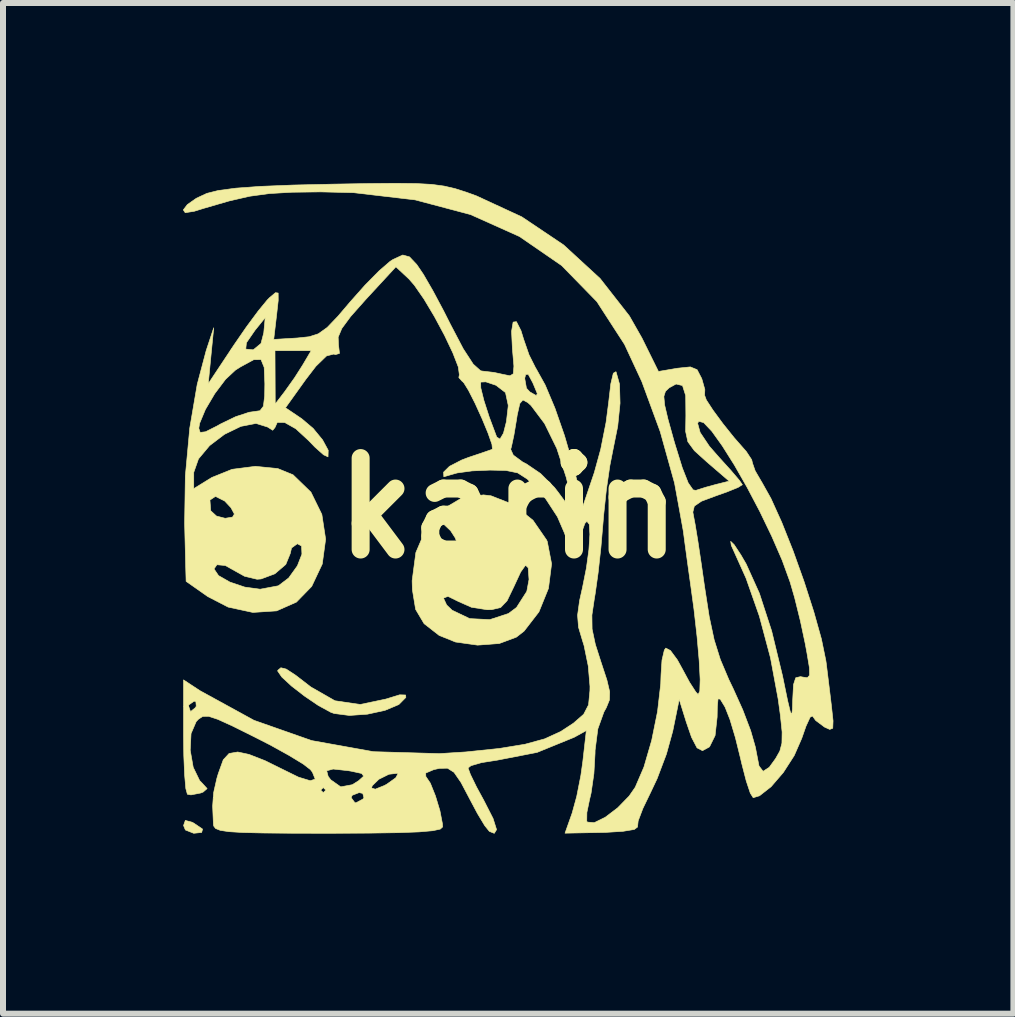
<source format=kicad_pcb>
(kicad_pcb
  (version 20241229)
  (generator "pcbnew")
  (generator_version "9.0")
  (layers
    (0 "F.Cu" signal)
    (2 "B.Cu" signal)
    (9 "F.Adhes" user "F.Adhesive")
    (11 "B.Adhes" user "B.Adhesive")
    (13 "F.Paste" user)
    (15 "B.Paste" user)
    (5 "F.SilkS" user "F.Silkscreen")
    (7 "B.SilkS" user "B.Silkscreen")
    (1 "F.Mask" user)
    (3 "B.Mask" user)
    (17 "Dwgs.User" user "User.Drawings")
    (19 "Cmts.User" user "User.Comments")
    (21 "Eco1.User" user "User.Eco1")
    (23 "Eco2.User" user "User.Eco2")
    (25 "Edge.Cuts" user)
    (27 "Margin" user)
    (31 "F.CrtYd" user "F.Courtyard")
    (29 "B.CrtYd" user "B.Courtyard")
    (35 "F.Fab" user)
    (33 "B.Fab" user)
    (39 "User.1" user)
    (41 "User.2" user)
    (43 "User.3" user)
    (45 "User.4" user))
  (footprint "karin"
    (layer "F.Cu")
    (at 5.428 5.419)
    (property "Reference" "karin" (at 0 0 0) (layer "F.SilkS") (effects (font (size 1.524 1.524) (thickness 0.3))))
    (attr through_hole)
    (fp_poly (pts (xy -5.274 5.236) (xy -5.249 5.249) (xy -5.102 5.349) (xy -5.117 5.405) (xy -5.249 5.419) (xy -5.388 5.364) (xy -5.419 5.289) (xy -5.389 5.204) (xy -5.274 5.236)) (stroke (width 0.01) (type solid)) (fill yes) (layer "F.SilkS"))
    (fp_poly (pts (xy -3.708 2.682) (xy -3.552 2.784) (xy -3.298 2.98) (xy -3.295 2.982) (xy -2.896 3.21) (xy -2.475 3.272) (xy -2.047 3.182) (xy -1.817 3.111) (xy -1.718 3.114) (xy -1.714 3.155) (xy -1.831 3.273) (xy -2.062 3.37) (xy -2.355 3.434) (xy -2.655 3.455) (xy -2.909 3.422) (xy -2.965 3.402) (xy -3.172 3.289) (xy -3.403 3.132) (xy -3.62 2.964) (xy -3.782 2.814) (xy -3.85 2.715) (xy -3.848 2.703) (xy -3.797 2.66) (xy -3.708 2.682)) (stroke (width 0.01) (type solid)) (fill yes) (layer "F.SilkS"))
    (fp_poly (pts (xy -0.295 -0.206) (xy 0.075 -0.061) (xy 0.405 0.202) (xy 0.633 0.533) (xy 0.643 0.556) (xy 0.715 0.928) (xy 0.663 1.337) (xy 0.504 1.729) (xy 0.257 2.049) (xy 0.128 2.15) (xy -0.157 2.256) (xy -0.519 2.283) (xy -0.887 2.231) (xy -1.159 2.121) (xy -1.41 1.925) (xy -1.551 1.687) (xy -1.582 1.499) (xy -1.087 1.499) (xy -1.034 1.614) (xy -0.943 1.701) (xy -0.65 1.841) (xy -0.315 1.858) (xy -0.003 1.756) (xy 0.131 1.655) (xy 0.302 1.387) (xy 0.339 1.189) (xy 0.325 0.994) (xy 0.281 0.951) (xy 0.2 1.064) (xy 0.085 1.312) (xy -0.027 1.544) (xy -0.134 1.656) (xy -0.284 1.692) (xy -0.359 1.693) (xy -0.62 1.652) (xy -0.833 1.558) (xy -1.012 1.47) (xy -1.087 1.499) (xy -1.582 1.499) (xy -1.605 1.358) (xy -1.609 1.209) (xy -1.547 0.74) (xy -1.43 0.466) (xy -1.255 0.466) (xy -1.191 0.61) (xy -1.029 0.677) (xy -1.019 0.677) (xy -0.88 0.649) (xy -0.847 0.609) (xy -0.892 0.494) (xy -0.968 0.376) (xy -1.082 0.268) (xy -1.184 0.305) (xy -1.191 0.312) (xy -1.255 0.466) (xy -1.43 0.466) (xy -1.376 0.339) (xy -1.117 0.03) (xy -0.791 -0.165) (xy -0.421 -0.221) (xy -0.295 -0.206)) (stroke (width 0.01) (type solid)) (fill yes) (layer "F.SilkS"))
    (fp_poly (pts (xy -1.542 -5.41) (xy -1.283 -5.396) (xy -1.077 -5.368) (xy -0.895 -5.326) (xy -0.707 -5.266) (xy -0.539 -5.205) (xy 0.218 -4.855) (xy 0.915 -4.387) (xy 1.523 -3.828) (xy 2.011 -3.204) (xy 2.221 -2.835) (xy 2.496 -2.278) (xy 2.813 -2.332) (xy 3.027 -2.354) (xy 3.14 -2.308) (xy 3.215 -2.164) (xy 3.219 -2.155) (xy 3.269 -1.977) (xy 3.265 -1.882) (xy 3.294 -1.803) (xy 3.405 -1.633) (xy 3.569 -1.41) (xy 3.758 -1.174) (xy 3.945 -0.961) (xy 3.958 -0.947) (xy 4.05 -0.807) (xy 4.064 -0.748) (xy 4.108 -0.622) (xy 4.214 -0.44) (xy 4.217 -0.436) (xy 4.371 -0.161) (xy 4.551 0.237) (xy 4.74 0.712) (xy 4.923 1.224) (xy 5.085 1.728) (xy 5.212 2.181) (xy 5.286 2.541) (xy 5.292 2.582) (xy 5.321 2.817) (xy 5.359 3.128) (xy 5.378 3.288) (xy 5.406 3.545) (xy 5.401 3.668) (xy 5.351 3.688) (xy 5.264 3.649) (xy 5.116 3.538) (xy 5.063 3.464) (xy 5.024 3.484) (xy 4.955 3.634) (xy 4.884 3.837) (xy 4.759 4.123) (xy 4.577 4.406) (xy 4.373 4.643) (xy 4.18 4.794) (xy 4.075 4.826) (xy 4.027 4.75) (xy 3.959 4.546) (xy 3.884 4.256) (xy 3.864 4.17) (xy 3.779 3.826) (xy 3.688 3.523) (xy 3.608 3.32) (xy 3.598 3.302) (xy 3.525 3.183) (xy 3.489 3.179) (xy 3.477 3.311) (xy 3.474 3.482) (xy 3.44 3.79) (xy 3.349 3.974) (xy 3.341 3.982) (xy 3.23 4.042) (xy 3.139 3.995) (xy 3.048 3.82) (xy 2.959 3.562) (xy 2.842 3.187) (xy 2.734 3.717) (xy 2.629 4.098) (xy 2.474 4.508) (xy 2.363 4.743) (xy 2.236 5.006) (xy 2.158 5.212) (xy 2.147 5.315) (xy 2.094 5.355) (xy 1.905 5.386) (xy 1.614 5.404) (xy 1.567 5.405) (xy 0.939 5.417) (xy 1.058 5.081) (xy 1.134 4.804) (xy 1.203 4.454) (xy 1.235 4.226) (xy 1.294 3.707) (xy 1.091 3.819) (xy 0.473 4.071) (xy -0.191 4.2) (xy -0.452 4.241) (xy -0.628 4.292) (xy -0.677 4.33) (xy -0.638 4.438) (xy -0.537 4.645) (xy -0.413 4.873) (xy -0.26 5.173) (xy -0.202 5.358) (xy -0.24 5.42) (xy -0.322 5.387) (xy -0.4 5.29) (xy -0.522 5.087) (xy -0.64 4.865) (xy -0.795 4.571) (xy -0.911 4.403) (xy -1.02 4.334) (xy -1.155 4.337) (xy -1.249 4.358) (xy -1.383 4.415) (xy -1.381 4.472) (xy -1.306 4.583) (xy -1.221 4.795) (xy -1.146 5.043) (xy -1.104 5.261) (xy -1.101 5.313) (xy -1.14 5.349) (xy -1.266 5.376) (xy -1.496 5.396) (xy -1.847 5.409) (xy -2.334 5.416) (xy -2.974 5.419) (xy -3.006 5.419) (xy -3.623 5.418) (xy -4.091 5.414) (xy -4.431 5.406) (xy -4.663 5.392) (xy -4.807 5.37) (xy -4.885 5.339) (xy -4.916 5.298) (xy -4.921 5.271) (xy -4.934 4.966) (xy -4.924 4.826) (xy -2.625 4.826) (xy -2.564 4.908) (xy -2.545 4.911) (xy -2.43 4.849) (xy -2.413 4.826) (xy -2.432 4.754) (xy -2.493 4.741) (xy -2.609 4.786) (xy -2.625 4.826) (xy -4.924 4.826) (xy -4.917 4.74) (xy -4.908 4.699) (xy -3.133 4.699) (xy -3.09 4.741) (xy -3.048 4.699) (xy -3.083 4.664) (xy -2.286 4.664) (xy -2.224 4.684) (xy -2.07 4.622) (xy -2.029 4.599) (xy -1.882 4.494) (xy -1.845 4.426) (xy -1.855 4.419) (xy -1.996 4.435) (xy -2.163 4.518) (xy -2.274 4.626) (xy -2.286 4.664) (xy -3.083 4.664) (xy -3.09 4.657) (xy -3.133 4.699) (xy -4.908 4.699) (xy -4.863 4.501) (xy -4.84 4.424) (xy -4.757 4.194) (xy -4.66 4.089) (xy -4.516 4.064) (xy -4.329 4.104) (xy -4.06 4.209) (xy -3.803 4.336) (xy -3.504 4.483) (xy -3.307 4.543) (xy -3.225 4.516) (xy -3.271 4.401) (xy -3.289 4.377) (xy -3.033 4.377) (xy -3.009 4.47) (xy -2.965 4.528) (xy -2.799 4.645) (xy -2.606 4.609) (xy -2.501 4.543) (xy -2.417 4.467) (xy -2.45 4.422) (xy -2.624 4.384) (xy -2.671 4.376) (xy -2.926 4.348) (xy -3.033 4.377) (xy -3.289 4.377) (xy -3.305 4.357) (xy -3.424 4.265) (xy -3.659 4.122) (xy -3.973 3.948) (xy -4.241 3.811) (xy -4.603 3.631) (xy -4.847 3.52) (xy -5.001 3.469) (xy -5.099 3.471) (xy -5.17 3.517) (xy -5.209 3.559) (xy -5.294 3.757) (xy -5.308 4.034) (xy -5.258 4.319) (xy -5.151 4.54) (xy -5.11 4.582) (xy -5.026 4.674) (xy -5.093 4.732) (xy -5.135 4.748) (xy -5.295 4.779) (xy -5.355 4.768) (xy -5.381 4.674) (xy -5.401 4.446) (xy -5.415 4.12) (xy -5.419 3.797) (xy -5.419 3.302) (xy -5.334 3.302) (xy -5.305 3.384) (xy -5.297 3.387) (xy -5.224 3.327) (xy -5.207 3.302) (xy -5.214 3.224) (xy -5.244 3.217) (xy -5.331 3.279) (xy -5.334 3.302) (xy -5.419 3.302) (xy -5.419 2.862) (xy -5.144 3.043) (xy -4.245 3.536) (xy -3.283 3.874) (xy -2.253 4.059) (xy -1.153 4.091) (xy -0.713 4.063) (xy -0.154 4.005) (xy 0.272 3.935) (xy 0.6 3.845) (xy 0.867 3.723) (xy 1.079 3.584) (xy 1.25 3.435) (xy 1.331 3.278) (xy 1.354 3.042) (xy 1.355 2.97) (xy 1.326 2.631) (xy 1.256 2.29) (xy 1.23 2.207) (xy 1.164 1.985) (xy 1.148 1.785) (xy 1.182 1.539) (xy 1.229 1.329) (xy 1.295 0.999) (xy 1.337 0.691) (xy 1.353 0.437) (xy 1.343 0.27) (xy 1.304 0.219) (xy 1.27 0.254) (xy 1.202 0.442) (xy 1.187 0.572) (xy 1.159 0.733) (xy 1.092 0.748) (xy 1.006 0.63) (xy 0.929 0.414) (xy 0.813 0.145) (xy 0.622 -0.148) (xy 0.508 -0.285) (xy 0.311 -0.484) (xy 0.15 -0.588) (xy -0.045 -0.628) (xy -0.311 -0.634) (xy -0.61 -0.621) (xy -0.858 -0.587) (xy -0.964 -0.557) (xy -1.081 -0.523) (xy -1.085 -0.599) (xy -1.085 -0.6) (xy -0.987 -0.697) (xy -0.784 -0.802) (xy -0.671 -0.845) (xy -0.445 -0.921) (xy -0.298 -0.972) (xy -0.278 -0.98) (xy 0.033 -0.98) (xy 0.077 -0.884) (xy 0.233 -0.769) (xy 0.294 -0.738) (xy 0.531 -0.577) (xy 0.763 -0.345) (xy 0.825 -0.265) (xy 0.964 -0.076) (xy 1.058 0.035) (xy 1.078 0.049) (xy 1.069 -0.035) (xy 1.026 -0.239) (xy 0.959 -0.513) (xy 0.802 -0.995) (xy 0.599 -1.409) (xy 0.373 -1.71) (xy 0.318 -1.76) (xy 0.237 -1.803) (xy 0.185 -1.743) (xy 0.142 -1.551) (xy 0.13 -1.473) (xy 0.087 -1.216) (xy 0.046 -1.025) (xy 0.033 -0.98) (xy -0.278 -0.98) (xy -0.271 -0.982) (xy -0.279 -1.064) (xy -0.344 -1.25) (xy -0.444 -1.492) (xy -0.559 -1.745) (xy -0.669 -1.962) (xy -0.752 -2.096) (xy -0.759 -2.101) (xy -0.467 -2.101) (xy -0.465 -2.003) (xy -0.413 -1.794) (xy -0.324 -1.518) (xy -0.213 -1.221) (xy -0.199 -1.185) (xy -0.145 -1.151) (xy -0.087 -1.249) (xy -0.038 -1.441) (xy -0.009 -1.691) (xy -0.008 -1.716) (xy -0.053 -1.926) (xy -0.212 -2.048) (xy -0.381 -2.105) (xy -0.467 -2.101) (xy -0.759 -2.101) (xy -0.778 -2.117) (xy -0.819 -2.164) (xy 0.267 -2.164) (xy 0.296 -1.999) (xy 0.352 -1.938) (xy 0.46 -1.876) (xy 0.477 -1.909) (xy 0.413 -2.063) (xy 0.401 -2.091) (xy 0.325 -2.232) (xy 0.283 -2.226) (xy 0.267 -2.164) (xy -0.819 -2.164) (xy -0.831 -2.177) (xy -0.822 -2.223) (xy -0.84 -2.354) (xy -0.93 -2.586) (xy -1.069 -2.879) (xy -1.237 -3.192) (xy -1.412 -3.485) (xy -1.573 -3.717) (xy -1.663 -3.82) (xy -1.88 -4.022) (xy -2.384 -3.476) (xy -2.635 -3.193) (xy -2.781 -2.995) (xy -2.842 -2.85) (xy -2.837 -2.724) (xy -2.837 -2.724) (xy -2.82 -2.579) (xy -2.887 -2.559) (xy -2.915 -2.568) (xy -3.036 -2.537) (xy -3.213 -2.365) (xy -3.382 -2.145) (xy -3.72 -1.673) (xy -3.449 -1.49) (xy -3.259 -1.329) (xy -3.102 -1.138) (xy -3.008 -0.965) (xy -3.011 -0.855) (xy -3.011 -0.855) (xy -3.085 -0.889) (xy -3.23 -1.018) (xy -3.336 -1.128) (xy -3.548 -1.323) (xy -3.732 -1.427) (xy -3.857 -1.429) (xy -3.895 -1.344) (xy -3.933 -1.298) (xy -4.018 -1.352) (xy -4.211 -1.412) (xy -4.464 -1.363) (xy -4.736 -1.231) (xy -4.985 -1.042) (xy -5.17 -0.821) (xy -5.249 -0.596) (xy -5.249 -0.578) (xy -5.249 -0.325) (xy -4.948 -0.511) (xy -4.611 -0.647) (xy -4.222 -0.697) (xy -3.849 -0.66) (xy -3.594 -0.556) (xy -3.296 -0.267) (xy -3.114 0.104) (xy -3.051 0.517) (xy -3.107 0.931) (xy -3.283 1.304) (xy -3.538 1.566) (xy -3.868 1.712) (xy -4.264 1.738) (xy -4.676 1.649) (xy -5.016 1.473) (xy -5.376 1.22) (xy -5.382 1.013) (xy -4.911 1.013) (xy -4.836 1.124) (xy -4.647 1.232) (xy -4.398 1.316) (xy -4.142 1.351) (xy -4.142 1.351) (xy -3.839 1.294) (xy -3.667 1.164) (xy -3.521 0.96) (xy -3.446 0.767) (xy -3.452 0.631) (xy -3.522 0.593) (xy -3.619 0.663) (xy -3.641 0.757) (xy -3.715 0.938) (xy -3.897 1.094) (xy -4.127 1.18) (xy -4.194 1.185) (xy -4.402 1.135) (xy -4.535 1.061) (xy -4.723 0.956) (xy -4.863 0.943) (xy -4.911 1.013) (xy -5.382 1.013) (xy -5.401 0.25) (xy -5.395 -0.135) (xy -4.979 -0.135) (xy -4.967 0.036) (xy -4.963 0.046) (xy -4.87 0.132) (xy -4.725 0.169) (xy -4.602 0.149) (xy -4.572 0.098) (xy -4.629 -0.008) (xy -4.733 -0.119) (xy -4.887 -0.196) (xy -4.979 -0.135) (xy -5.395 -0.135) (xy -5.389 -0.537) (xy -5.316 -1.327) (xy -5.316 -1.331) (xy -5.165 -1.331) (xy -5.142 -1.262) (xy -5.052 -1.273) (xy -4.861 -1.369) (xy -4.805 -1.401) (xy -4.551 -1.524) (xy -4.326 -1.598) (xy -4.255 -1.608) (xy -4.145 -1.624) (xy -4.088 -1.698) (xy -4.067 -1.872) (xy -4.064 -2.072) (xy -4.075 -2.346) (xy -4.128 -2.476) (xy -4.25 -2.474) (xy -4.472 -2.353) (xy -4.554 -2.301) (xy -4.719 -2.147) (xy -4.899 -1.908) (xy -5.055 -1.644) (xy -5.151 -1.414) (xy -5.165 -1.331) (xy -5.316 -1.331) (xy -5.191 -2.063) (xy -5.042 -2.625) (xy -4.916 -3.006) (xy -4.962 -2.54) (xy -5.007 -2.074) (xy -4.641 -2.625) (xy -3.895 -2.625) (xy -3.893 -2.18) (xy -3.891 -1.736) (xy -3.733 -1.942) (xy -3.568 -2.174) (xy -3.433 -2.386) (xy -3.292 -2.625) (xy -3.895 -2.625) (xy -4.641 -2.625) (xy -4.624 -2.651) (xy -4.382 -2.651) (xy -4.262 -2.639) (xy -4.255 -2.64) (xy -4.128 -2.745) (xy -4.082 -2.922) (xy -4.058 -3.175) (xy -4.229 -2.963) (xy -4.371 -2.757) (xy -4.382 -2.651) (xy -4.624 -2.651) (xy -4.583 -2.713) (xy -4.372 -3.019) (xy -4.175 -3.285) (xy -4.025 -3.468) (xy -3.987 -3.507) (xy -3.887 -3.591) (xy -3.842 -3.585) (xy -3.841 -3.462) (xy -3.866 -3.237) (xy -3.916 -2.812) (xy -3.521 -2.836) (xy -3.324 -2.857) (xy -3.172 -2.906) (xy -3.025 -3.011) (xy -2.845 -3.199) (xy -2.64 -3.44) (xy -2.393 -3.718) (xy -2.158 -3.956) (xy -1.975 -4.114) (xy -1.93 -4.143) (xy -1.766 -4.219) (xy -1.653 -4.188) (xy -1.533 -4.061) (xy -1.421 -3.896) (xy -1.263 -3.623) (xy -1.083 -3.285) (xy -0.974 -3.069) (xy -0.758 -2.657) (xy -0.591 -2.4) (xy -0.468 -2.29) (xy -0.443 -2.285) (xy -0.245 -2.262) (xy -0.093 -2.229) (xy 0.022 -2.206) (xy 0.077 -2.24) (xy 0.087 -2.367) (xy 0.065 -2.623) (xy 0.062 -2.654) (xy 0.048 -2.947) (xy 0.074 -3.101) (xy 0.129 -3.108) (xy 0.205 -2.958) (xy 0.249 -2.815) (xy 0.339 -2.555) (xy 0.448 -2.338) (xy 0.46 -2.319) (xy 0.608 -2.053) (xy 0.771 -1.666) (xy 0.931 -1.206) (xy 1.073 -0.718) (xy 1.094 -0.635) (xy 1.24 -0.042) (xy 1.427 -0.593) (xy 1.534 -0.982) (xy 1.623 -1.43) (xy 1.666 -1.762) (xy 1.702 -2.073) (xy 1.744 -2.249) (xy 1.787 -2.274) (xy 1.79 -2.27) (xy 1.847 -2.067) (xy 1.856 -1.749) (xy 1.817 -1.365) (xy 1.746 -1.013) (xy 1.686 -0.709) (xy 1.628 -0.309) (xy 1.583 0.114) (xy 1.573 0.234) (xy 1.537 0.654) (xy 1.491 1.075) (xy 1.442 1.424) (xy 1.429 1.5) (xy 1.387 1.782) (xy 1.39 2.015) (xy 1.444 2.27) (xy 1.537 2.561) (xy 1.637 2.865) (xy 1.683 3.06) (xy 1.679 3.197) (xy 1.627 3.325) (xy 1.587 3.397) (xy 1.486 3.678) (xy 1.44 4.035) (xy 1.439 4.092) (xy 1.42 4.425) (xy 1.373 4.75) (xy 1.348 4.855) (xy 1.303 5.073) (xy 1.301 5.215) (xy 1.31 5.232) (xy 1.426 5.242) (xy 1.609 5.152) (xy 1.817 4.994) (xy 2.007 4.799) (xy 2.109 4.652) (xy 2.254 4.315) (xy 2.383 3.872) (xy 2.481 3.389) (xy 2.534 2.929) (xy 2.539 2.778) (xy 2.555 2.533) (xy 2.594 2.366) (xy 2.618 2.332) (xy 2.696 2.373) (xy 2.812 2.53) (xy 2.89 2.672) (xy 3.015 2.903) (xy 3.119 3.064) (xy 3.157 3.105) (xy 3.185 3.051) (xy 3.191 2.856) (xy 3.175 2.545) (xy 3.14 2.147) (xy 3.088 1.686) (xy 3.037 1.312) (xy 2.987 0.954) (xy 2.94 0.609) (xy 2.91 0.381) (xy 2.853 0.066) (xy 3.069 0.066) (xy 3.078 0.115) (xy 3.107 0.268) (xy 3.153 0.548) (xy 3.208 0.915) (xy 3.265 1.312) (xy 3.342 1.808) (xy 3.424 2.193) (xy 3.527 2.522) (xy 3.667 2.853) (xy 3.741 3.007) (xy 3.901 3.362) (xy 4.033 3.709) (xy 4.112 3.985) (xy 4.123 4.044) (xy 4.172 4.297) (xy 4.24 4.386) (xy 4.343 4.319) (xy 4.449 4.173) (xy 4.519 4.049) (xy 4.554 3.916) (xy 4.557 3.731) (xy 4.528 3.452) (xy 4.491 3.181) (xy 4.363 2.493) (xy 4.178 1.8) (xy 3.956 1.168) (xy 3.8 0.821) (xy 3.71 0.621) (xy 3.7 0.553) (xy 3.757 0.608) (xy 3.869 0.778) (xy 3.958 0.931) (xy 4.178 1.419) (xy 4.383 2.049) (xy 4.564 2.796) (xy 4.581 2.879) (xy 4.65 3.214) (xy 4.694 3.395) (xy 4.718 3.437) (xy 4.729 3.351) (xy 4.734 3.186) (xy 4.747 2.94) (xy 4.784 2.827) (xy 4.863 2.808) (xy 4.899 2.815) (xy 4.978 2.827) (xy 5.015 2.785) (xy 5.012 2.659) (xy 4.971 2.414) (xy 4.942 2.257) (xy 4.861 1.877) (xy 4.766 1.493) (xy 4.69 1.231) (xy 4.558 0.868) (xy 4.385 0.47) (xy 4.186 0.057) (xy 3.974 -0.346) (xy 3.761 -0.719) (xy 3.56 -1.038) (xy 3.386 -1.281) (xy 3.25 -1.425) (xy 3.167 -1.448) (xy 3.149 -1.413) (xy 3.191 -1.261) (xy 3.345 -1.031) (xy 3.507 -0.846) (xy 3.702 -0.631) (xy 3.842 -0.467) (xy 3.895 -0.391) (xy 3.822 -0.345) (xy 3.634 -0.269) (xy 3.464 -0.209) (xy 3.214 -0.116) (xy 3.094 -0.034) (xy 3.069 0.066) (xy 2.853 0.066) (xy 2.764 -0.42) (xy 2.526 -1.274) (xy 2.31 -1.862) (xy 2.586 -1.862) (xy 2.599 -1.719) (xy 2.654 -1.485) (xy 2.754 -1.125) (xy 2.768 -1.077) (xy 2.893 -0.673) (xy 2.992 -0.421) (xy 3.073 -0.305) (xy 3.119 -0.296) (xy 3.286 -0.349) (xy 3.454 -0.395) (xy 3.675 -0.45) (xy 3.303 -0.77) (xy 3.094 -0.959) (xy 2.986 -1.107) (xy 2.949 -1.278) (xy 2.953 -1.541) (xy 2.953 -1.552) (xy 2.95 -1.875) (xy 2.897 -2.043) (xy 2.79 -2.069) (xy 2.675 -2.006) (xy 2.613 -1.947) (xy 2.586 -1.862) (xy 2.31 -1.862) (xy 2.219 -2.109) (xy 1.931 -2.729) (xy 1.469 -3.443) (xy 0.883 -4.043) (xy 0.18 -4.527) (xy -0.636 -4.893) (xy -1.56 -5.138) (xy -2.585 -5.258) (xy -3.133 -5.271) (xy -3.615 -5.265) (xy -3.99 -5.243) (xy -4.319 -5.198) (xy -4.662 -5.119) (xy -5.082 -4.997) (xy -5.24 -4.948) (xy -5.391 -4.924) (xy -5.423 -4.971) (xy -5.355 -5.06) (xy -5.205 -5.165) (xy -5.031 -5.246) (xy -4.841 -5.294) (xy -4.548 -5.333) (xy -4.137 -5.363) (xy -3.589 -5.385) (xy -2.928 -5.4) (xy -2.336 -5.41) (xy -1.883 -5.414) (xy -1.542 -5.41)) (stroke (width 0.01) (type solid)) (fill yes) (layer "F.SilkS")))
  (gr_rect
    (start -3 -3)
    (end 13.84 13.844)
    (stroke (width 0.1) (type default))
    (fill no)
    (layer "Edge.Cuts")))
</source>
